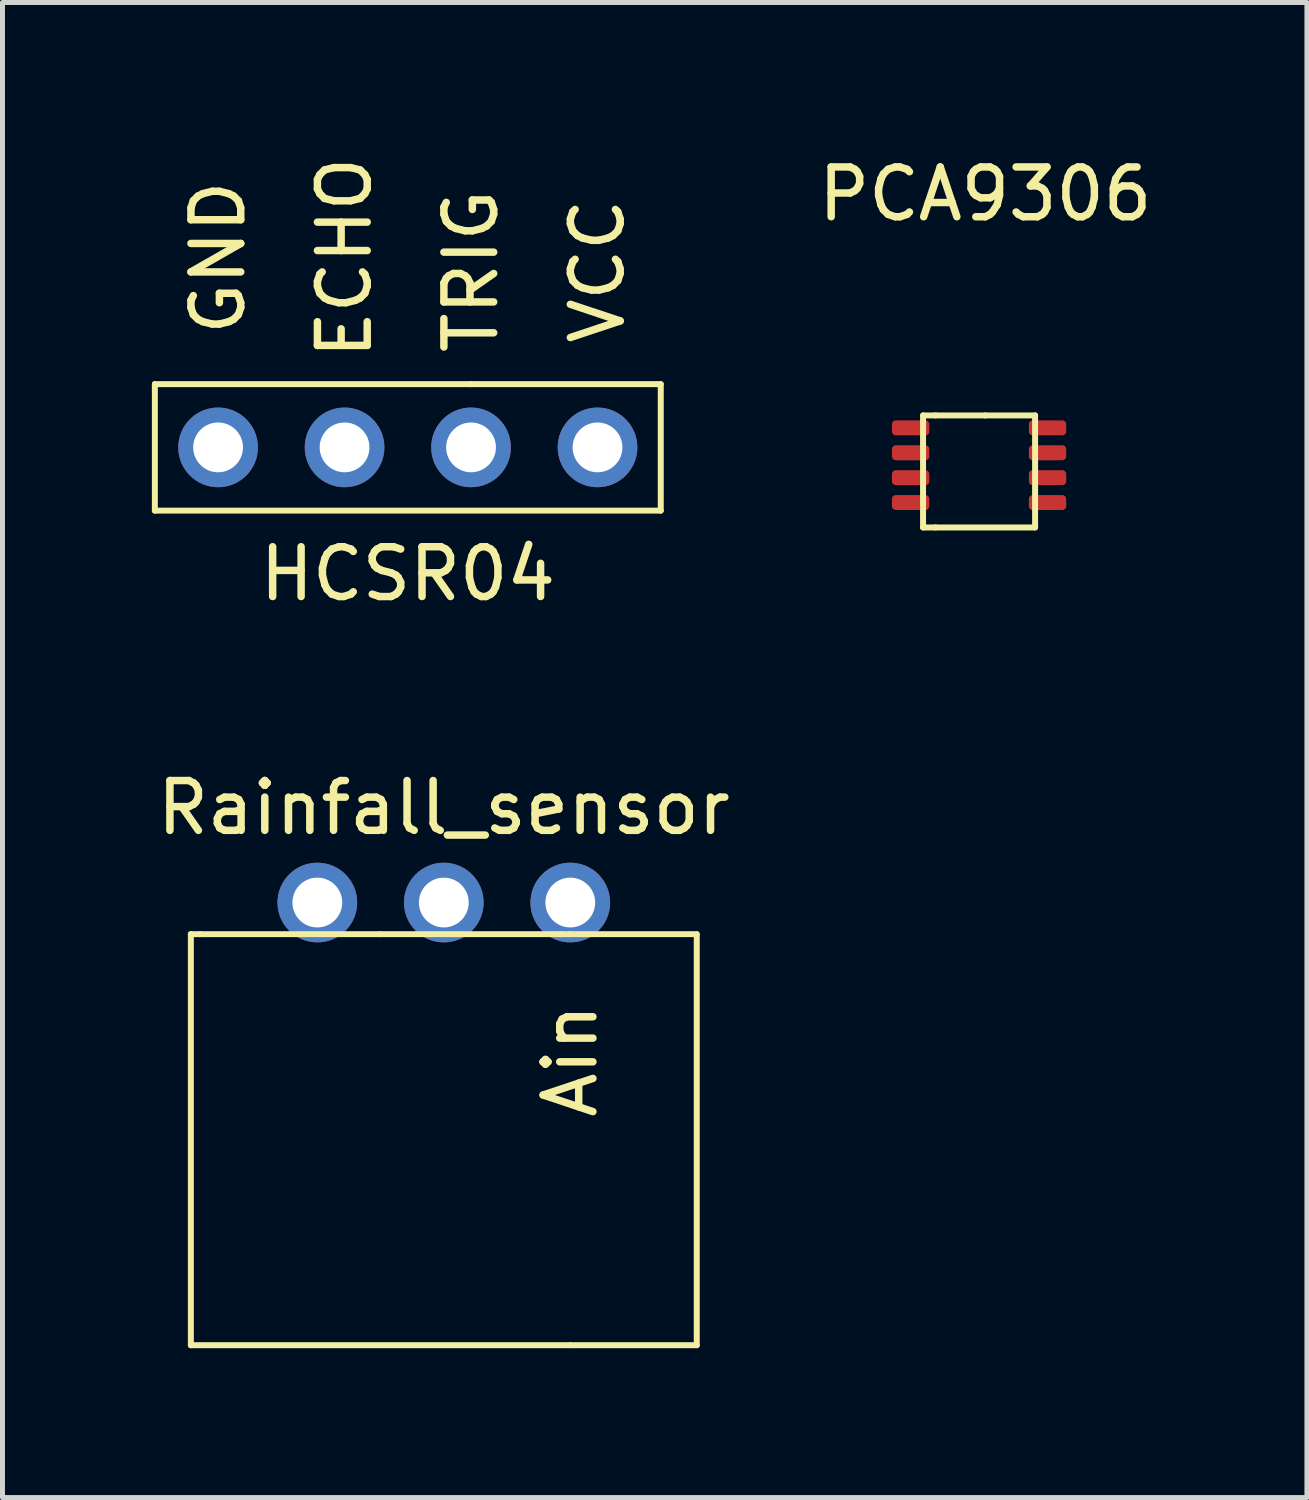
<source format=kicad_pcb>
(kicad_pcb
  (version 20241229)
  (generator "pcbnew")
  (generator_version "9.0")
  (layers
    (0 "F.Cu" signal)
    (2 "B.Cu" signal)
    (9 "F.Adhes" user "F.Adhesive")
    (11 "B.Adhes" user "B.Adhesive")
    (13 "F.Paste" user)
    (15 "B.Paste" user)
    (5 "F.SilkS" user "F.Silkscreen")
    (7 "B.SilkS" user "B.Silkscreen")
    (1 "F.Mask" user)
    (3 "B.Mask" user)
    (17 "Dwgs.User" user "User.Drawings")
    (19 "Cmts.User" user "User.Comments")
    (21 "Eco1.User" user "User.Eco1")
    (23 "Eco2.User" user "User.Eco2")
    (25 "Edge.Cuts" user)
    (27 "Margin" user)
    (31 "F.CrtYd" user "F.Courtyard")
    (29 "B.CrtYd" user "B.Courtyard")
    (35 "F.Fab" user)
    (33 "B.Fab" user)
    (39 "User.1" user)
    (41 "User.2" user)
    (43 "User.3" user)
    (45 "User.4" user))
  (footprint "PCA9306"
    (layer "F.Cu")
    (at 16.738 5.293)
    (property "Reference" "PCA9306" (at 0 -4.445 0) (layer "F.SilkS") (effects (font (size 1 1) (thickness 0.15))))
    (attr through_hole)
    (fp_line (start -1.25 0) (end -1.25 2.25) (stroke (width 0.12) (type solid)) (layer "F.SilkS"))
    (fp_line (start -1.25 2.25) (end -1 2.25) (stroke (width 0.12) (type solid)) (layer "F.SilkS"))
    (fp_line (start -1 0) (end -1.25 0) (stroke (width 0.12) (type solid)) (layer "F.SilkS"))
    (fp_line (start -1 0) (end 0 0) (stroke (width 0.12) (type solid)) (layer "F.SilkS"))
    (fp_line (start 0 0) (end 1 0) (stroke (width 0.12) (type solid)) (layer "F.SilkS"))
    (fp_line (start 1 0) (end 1 2.25) (stroke (width 0.12) (type solid)) (layer "F.SilkS"))
    (fp_line (start 1 2.25) (end -1 2.25) (stroke (width 0.12) (type solid)) (layer "F.SilkS"))
    (pad "1" smd roundrect (at -1.5 0.25) (size 0.75 0.3) (layers "F.Cu" "F.Mask" "F.Paste") (roundrect_rratio 0.25))
    (pad "2" smd roundrect (at -1.5 0.75) (size 0.75 0.3) (layers "F.Cu" "F.Mask" "F.Paste") (roundrect_rratio 0.25))
    (pad "3" smd roundrect (at -1.5 1.25) (size 0.75 0.3) (layers "F.Cu" "F.Mask" "F.Paste") (roundrect_rratio 0.25))
    (pad "4" smd roundrect (at -1.5 1.75) (size 0.75 0.3) (layers "F.Cu" "F.Mask" "F.Paste") (roundrect_rratio 0.25))
    (pad "5" smd roundrect (at 1.25 1.75) (size 0.75 0.3) (layers "F.Cu" "F.Mask" "F.Paste") (roundrect_rratio 0.25))
    (pad "6" smd roundrect (at 1.25 1.25) (size 0.75 0.3) (layers "F.Cu" "F.Mask" "F.Paste") (roundrect_rratio 0.25))
    (pad "7" smd roundrect (at 1.25 0.75) (size 0.75 0.3) (layers "F.Cu" "F.Mask" "F.Paste") (roundrect_rratio 0.25))
    (pad "8" smd roundrect (at 1.25 0.25) (size 0.75 0.3) (layers "F.Cu" "F.Mask" "F.Paste") (roundrect_rratio 0.25)))
  (footprint "HCSR04"
    (layer "F.Cu")
    (at 5.14 4.665)
    (property "Reference" "HCSR04" (at 0 3.81 0) (layer "F.SilkS") (effects (font (size 1 1) (thickness 0.15))))
    (attr through_hole)
    (fp_line (start -5.08 0) (end 1.27 0) (stroke (width 0.12) (type solid)) (layer "F.SilkS"))
    (fp_line (start -5.08 2.54) (end -5.08 0) (stroke (width 0.12) (type solid)) (layer "F.SilkS"))
    (fp_line (start -5.08 2.54) (end 5.08 2.54) (stroke (width 0.12) (type solid)) (layer "F.SilkS"))
    (fp_line (start 1.27 0) (end 5.08 0) (stroke (width 0.12) (type solid)) (layer "F.SilkS"))
    (fp_line (start 5.08 0) (end 5.08 2.54) (stroke (width 0.12) (type solid)) (layer "F.SilkS"))
    (fp_text user "ECHO" (at -1.27 -2.54 90) (layer "F.SilkS") (effects (font (size 1 1) (thickness 0.15))))
    (fp_text user "TRIG" (at 1.27 -2.27 90) (layer "F.SilkS") (effects (font (size 1 1) (thickness 0.15))))
    (fp_text user "GND" (at -3.81 -2.54 90) (layer "F.SilkS") (effects (font (size 1 1) (thickness 0.15))))
    (fp_text user "VCC" (at 3.81 -2.27 90) (layer "F.SilkS") (effects (font (size 1 1) (thickness 0.15))))
    (pad "1" thru_hole circle (at -3.81 1.27) (size 1.6 1.6) (drill 1) (layers "*.Cu" "*.Mask"))
    (pad "2" thru_hole circle (at -1.27 1.27) (size 1.6 1.6) (drill 1) (layers "*.Cu" "*.Mask"))
    (pad "3" thru_hole circle (at 1.27 1.27) (size 1.6 1.6) (drill 1) (layers "*.Cu" "*.Mask"))
    (pad "4" thru_hole circle (at 3.81 1.27) (size 1.6 1.6) (drill 1) (layers "*.Cu" "*.Mask")))
  (footprint "Rainfall_sensor"
    (layer "F.Cu")
    (at 4.593 14.441)
    (property "Reference" "Rainfall_sensor" (at 1.27 -1.27 0) (layer "F.SilkS") (effects (font (size 1 1) (thickness 0.15))))
    (attr through_hole)
    (fp_line (start -3.81 1.27) (end -3.81 9.525) (stroke (width 0.12) (type solid)) (layer "F.SilkS"))
    (fp_line (start -3.81 9.525) (end 3.81 9.525) (stroke (width 0.12) (type solid)) (layer "F.SilkS"))
    (fp_line (start -3.62 1.27) (end -3.81 1.27) (stroke (width 0.12) (type solid)) (layer "F.SilkS"))
    (fp_line (start 0 1.27) (end -3.62 1.27) (stroke (width 0.12) (type solid)) (layer "F.SilkS"))
    (fp_line (start 0 1.27) (end 3.62 1.27) (stroke (width 0.12) (type solid)) (layer "F.SilkS"))
    (fp_line (start 3.62 1.27) (end 3.81 1.27) (stroke (width 0.12) (type solid)) (layer "F.SilkS"))
    (fp_line (start 3.81 1.27) (end 6.35 1.27) (stroke (width 0.12) (type solid)) (layer "F.SilkS"))
    (fp_line (start 6.35 1.27) (end 6.35 9.525) (stroke (width 0.12) (type solid)) (layer "F.SilkS"))
    (fp_line (start 6.35 9.525) (end 3.81 9.525) (stroke (width 0.12) (type solid)) (layer "F.SilkS"))
    (fp_text user "Ain" (at 3.81 3.81 90) (layer "F.SilkS") (effects (font (size 1 1) (thickness 0.15))))
    (pad "1" thru_hole circle (at -1.27 0.635) (size 1.6 1.6) (drill 1) (layers "*.Cu" "*.Mask"))
    (pad "2" thru_hole circle (at 1.27 0.635) (size 1.6 1.6) (drill 1) (layers "*.Cu" "*.Mask"))
    (pad "3" thru_hole circle (at 3.81 0.635) (size 1.6 1.6) (drill 1) (layers "*.Cu" "*.Mask")))
  (gr_rect
    (start -3 -3)
    (end 23.197 27.026)
    (stroke (width 0.1) (type default))
    (fill no)
    (layer "Edge.Cuts")))
</source>
